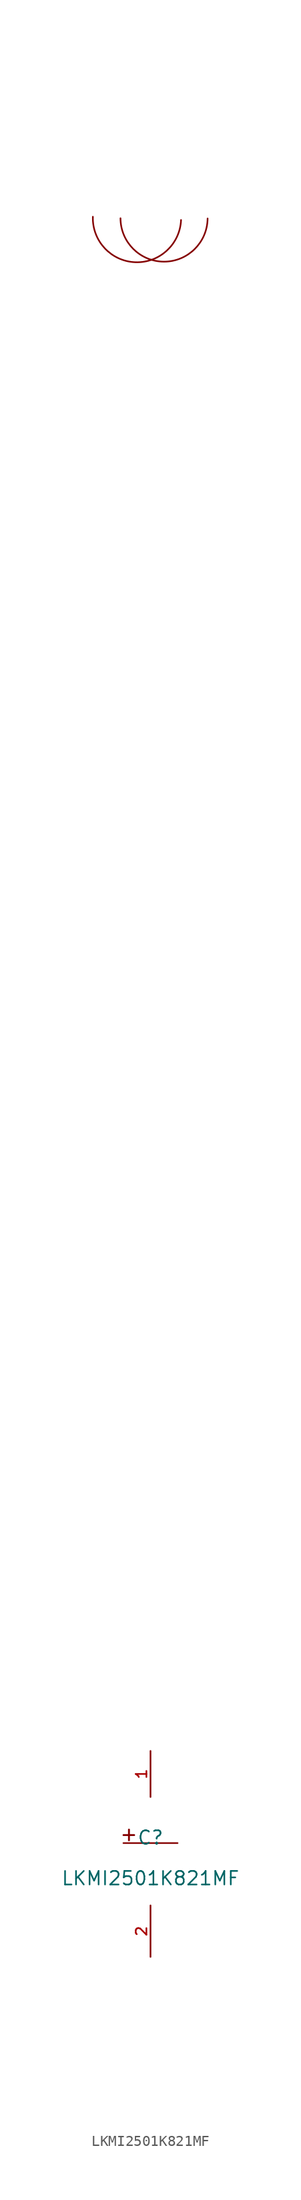
<source format=kicad_sym>
(kicad_symbol_lib
  (version 20210201)
  (generator TousstNicolas/JLC2KiCad_lib)
  (symbol "LKMI2501K821MF"
    (pin_names hide)
    (property "Reference" "C"
      (at 0 1.27 0)
      (effects (font (size 1.27 1.27))))
    (property "Value" "LKMI2501K821MF"
      (at 0 -2.54 0)
      (effects (font (size 1.27 1.27))))
    (symbol "LKMI2501K821MF_0_1"
      (rectangle (start -2.032 2.032) (end -2.007 1.016) (stroke (width 0) (type default) (color 0 0 0 0)) (fill (type background)))
      (rectangle (start -2.54 1.524) (end -1.524 1.499) (stroke (width 0) (type default) (color 0 0 0 0)) (fill (type background)))
      (arc (start 2.865311391389729 152.88348074512368) (mid -1.4218278654935625 148.89999213921735) (end -5.405316471399889 153.1871313961006) (stroke (width 0) (type default) (color 0 0 0 0)) (fill (type none)))
      (arc (start 5.355231055666675 153.02458998320105) (mid 1.2592864525939904 148.95007755495055) (end -2.815225975656514 153.04602215802325) (stroke (width 0) (type default) (color 0 0 0 0)) (fill (type none)))
      (polyline (pts (xy -2.54 0.762) (xy 2.54 0.762)) (stroke (width 0) (type default) (color 0 0 0 0)) (fill (type none)))
      (pin unspecified line (at 0.0 -5.08 270) (length 4.826) (name "2" (effects (font (size 1 1)))) (number "2" (effects (font (size 1 1)))))
      (pin unspecified line (at 0.0 5.08 90) (length 4.318) (name "1" (effects (font (size 1 1)))) (number "1" (effects (font (size 1 1))))))))
</source>
